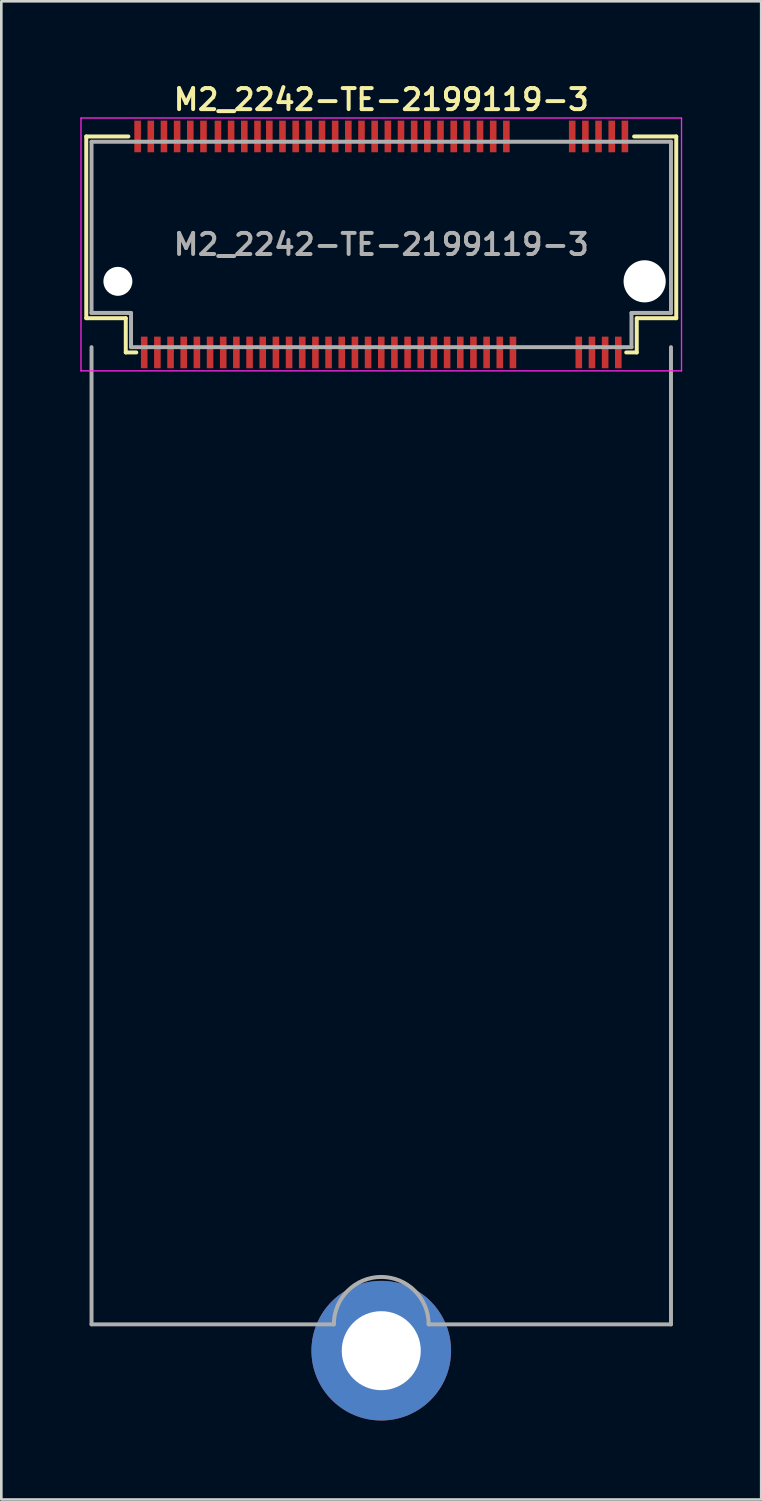
<source format=kicad_pcb>
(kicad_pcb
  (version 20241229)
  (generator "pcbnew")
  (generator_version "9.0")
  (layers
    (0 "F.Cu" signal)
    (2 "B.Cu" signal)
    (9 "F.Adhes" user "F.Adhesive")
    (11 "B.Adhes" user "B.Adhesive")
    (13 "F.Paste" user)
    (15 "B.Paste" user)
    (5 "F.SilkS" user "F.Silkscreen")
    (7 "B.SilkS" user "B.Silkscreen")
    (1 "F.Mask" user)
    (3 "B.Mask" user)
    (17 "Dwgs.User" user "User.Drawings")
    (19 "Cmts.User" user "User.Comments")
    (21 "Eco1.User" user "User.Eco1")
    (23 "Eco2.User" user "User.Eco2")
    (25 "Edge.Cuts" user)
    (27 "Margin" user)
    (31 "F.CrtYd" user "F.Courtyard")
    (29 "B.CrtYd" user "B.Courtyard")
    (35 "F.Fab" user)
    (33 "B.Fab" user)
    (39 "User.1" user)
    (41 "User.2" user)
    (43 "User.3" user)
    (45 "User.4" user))
  (footprint "M2_2242-TE-2199119-3"
    (layer "F.Cu")
    (at 11.425 6.231)
    (property "Reference" "M2_2242-TE-2199119-3" (at 0 -5.5 0) (layer "F.SilkS") (effects (font (size 0.8 0.8) (thickness 0.15))))
    (attr through_hole)
    (fp_line (start -11.2 -4.1) (end -11.2 2.8) (stroke (width 0.15) (type solid)) (layer "F.SilkS"))
    (fp_line (start -11.2 -4.1) (end -9.6 -4.1) (stroke (width 0.15) (type solid)) (layer "F.SilkS"))
    (fp_line (start -11.2 2.8) (end -9.7 2.8) (stroke (width 0.15) (type solid)) (layer "F.SilkS"))
    (fp_line (start -9.7 2.8) (end -9.7 4.1) (stroke (width 0.15) (type solid)) (layer "F.SilkS"))
    (fp_line (start -9.7 4.1) (end -9.3 4.1) (stroke (width 0.15) (type solid)) (layer "F.SilkS"))
    (fp_line (start 9.3 4.1) (end 9.7 4.1) (stroke (width 0.15) (type solid)) (layer "F.SilkS"))
    (fp_line (start 9.7 2.8) (end 9.7 4.1) (stroke (width 0.15) (type solid)) (layer "F.SilkS"))
    (fp_line (start 9.7 2.8) (end 11.2 2.8) (stroke (width 0.15) (type solid)) (layer "F.SilkS"))
    (fp_line (start 11.2 -4.1) (end 9.6 -4.1) (stroke (width 0.15) (type solid)) (layer "F.SilkS"))
    (fp_line (start 11.2 2.8) (end 11.2 -4.1) (stroke (width 0.15) (type solid)) (layer "F.SilkS"))
    (fp_line (start -11.4 -4.8) (end -11.4 4.8) (stroke (width 0.05) (type solid)) (layer "F.CrtYd"))
    (fp_line (start -11.4 4.8) (end 11.4 4.8) (stroke (width 0.05) (type solid)) (layer "F.CrtYd"))
    (fp_line (start 11.4 -4.8) (end -11.4 -4.8) (stroke (width 0.05) (type solid)) (layer "F.CrtYd"))
    (fp_line (start 11.4 4.8) (end 11.4 -4.8) (stroke (width 0.05) (type solid)) (layer "F.CrtYd"))
    (fp_line (start -11 -3.9) (end 11 -3.9) (stroke (width 0.15) (type solid)) (layer "F.Fab"))
    (fp_line (start -11 2.6) (end -11 -3.9) (stroke (width 0.15) (type solid)) (layer "F.Fab"))
    (fp_line (start -11 2.6) (end -9.6 2.6) (stroke (width 0.15) (type solid)) (layer "F.Fab"))
    (fp_line (start -11 3.9) (end -11 41) (stroke (width 0.15) (type solid)) (layer "F.Fab"))
    (fp_line (start -9.6 2.6) (end -9.5 2.6) (stroke (width 0.15) (type solid)) (layer "F.Fab"))
    (fp_line (start -9.5 2.6) (end -9.5 3.8) (stroke (width 0.15) (type solid)) (layer "F.Fab"))
    (fp_line (start -9.5 3.8) (end -9.5 3.9) (stroke (width 0.15) (type solid)) (layer "F.Fab"))
    (fp_line (start -1.8 41) (end -11 41) (stroke (width 0.15) (type solid)) (layer "F.Fab"))
    (fp_line (start 1.8 41) (end 11 41) (stroke (width 0.15) (type solid)) (layer "F.Fab"))
    (fp_line (start 9.5 2.6) (end 9.5 3.9) (stroke (width 0.15) (type solid)) (layer "F.Fab"))
    (fp_line (start 9.5 3.9) (end -9.5 3.9) (stroke (width 0.15) (type solid)) (layer "F.Fab"))
    (fp_line (start 11 -3.9) (end 11 2.6) (stroke (width 0.15) (type solid)) (layer "F.Fab"))
    (fp_line (start 11 2.6) (end 9.5 2.6) (stroke (width 0.15) (type solid)) (layer "F.Fab"))
    (fp_line (start 11 41) (end 11 3.9) (stroke (width 0.15) (type solid)) (layer "F.Fab"))
    (fp_arc (start -1.8 41) (mid 0 39.2) (end 1.8 41) (stroke (width 0.15) (type solid)) (layer "F.Fab"))
    (fp_text user "${REFERENCE}" (at 0 0 0) (layer "F.Fab") (effects (font (size 0.8 0.8) (thickness 0.15))))
    (pad "" np_thru_hole circle (at -10 1.4) (size 1.1 1.1) (drill 1.1) (layers "*.Cu" "*.Mask"))
    (pad "" thru_hole circle (at 0 42) (size 5.3 5.3) (drill 3) (layers "*.Cu" "*.Mask"))
    (pad "" np_thru_hole circle (at 10 1.4) (size 1.6 1.6) (drill 1.6) (layers "*.Cu" "*.Mask"))
    (pad "1" smd rect (at -9.25 -4.1) (size 0.25 1.2) (layers "F.Cu" "F.Mask" "F.Paste"))
    (pad "2" smd rect (at -9 4.1) (size 0.25 1.2) (layers "F.Cu" "F.Mask" "F.Paste"))
    (pad "3" smd rect (at -8.75 -4.1) (size 0.25 1.2) (layers "F.Cu" "F.Mask" "F.Paste"))
    (pad "4" smd rect (at -8.5 4.1) (size 0.25 1.2) (layers "F.Cu" "F.Mask" "F.Paste"))
    (pad "5" smd rect (at -8.25 -4.1) (size 0.25 1.2) (layers "F.Cu" "F.Mask" "F.Paste"))
    (pad "6" smd rect (at -8 4.1) (size 0.25 1.2) (layers "F.Cu" "F.Mask" "F.Paste"))
    (pad "7" smd rect (at -7.75 -4.1) (size 0.25 1.2) (layers "F.Cu" "F.Mask" "F.Paste"))
    (pad "8" smd rect (at -7.5 4.1) (size 0.25 1.2) (layers "F.Cu" "F.Mask" "F.Paste"))
    (pad "9" smd rect (at -7.25 -4.1) (size 0.25 1.2) (layers "F.Cu" "F.Mask" "F.Paste"))
    (pad "10" smd rect (at -7 4.1) (size 0.25 1.2) (layers "F.Cu" "F.Mask" "F.Paste"))
    (pad "11" smd rect (at -6.75 -4.1) (size 0.25 1.2) (layers "F.Cu" "F.Mask" "F.Paste"))
    (pad "12" smd rect (at -6.5 4.1) (size 0.25 1.2) (layers "F.Cu" "F.Mask" "F.Paste"))
    (pad "13" smd rect (at -6.2 -4.1) (size 0.25 1.2) (layers "F.Cu" "F.Mask" "F.Paste"))
    (pad "14" smd rect (at -6 4.1) (size 0.25 1.2) (layers "F.Cu" "F.Mask" "F.Paste"))
    (pad "15" smd rect (at -5.7 -4.1) (size 0.25 1.2) (layers "F.Cu" "F.Mask" "F.Paste"))
    (pad "16" smd rect (at -5.5 4.1) (size 0.25 1.2) (layers "F.Cu" "F.Mask" "F.Paste"))
    (pad "17" smd rect (at -5.2 -4.1) (size 0.25 1.2) (layers "F.Cu" "F.Mask" "F.Paste"))
    (pad "18" smd rect (at -5 4.1) (size 0.25 1.2) (layers "F.Cu" "F.Mask" "F.Paste"))
    (pad "19" smd rect (at -4.7 -4.1) (size 0.25 1.2) (layers "F.Cu" "F.Mask" "F.Paste"))
    (pad "20" smd rect (at -4.5 4.1) (size 0.25 1.2) (layers "F.Cu" "F.Mask" "F.Paste"))
    (pad "21" smd rect (at -4.25 -4.1) (size 0.25 1.2) (layers "F.Cu" "F.Mask" "F.Paste"))
    (pad "22" smd rect (at -4 4.1) (size 0.25 1.2) (layers "F.Cu" "F.Mask" "F.Paste"))
    (pad "23" smd rect (at -3.75 -4.1) (size 0.25 1.2) (layers "F.Cu" "F.Mask" "F.Paste"))
    (pad "24" smd rect (at -3.5 4.1) (size 0.25 1.2) (layers "F.Cu" "F.Mask" "F.Paste"))
    (pad "25" smd rect (at -3.25 -4.1) (size 0.25 1.2) (layers "F.Cu" "F.Mask" "F.Paste"))
    (pad "26" smd rect (at -3 4.1) (size 0.25 1.2) (layers "F.Cu" "F.Mask" "F.Paste"))
    (pad "27" smd rect (at -2.75 -4.1) (size 0.25 1.2) (layers "F.Cu" "F.Mask" "F.Paste"))
    (pad "28" smd rect (at -2.5 4.1) (size 0.25 1.2) (layers "F.Cu" "F.Mask" "F.Paste"))
    (pad "29" smd rect (at -2.25 -4.1) (size 0.25 1.2) (layers "F.Cu" "F.Mask" "F.Paste"))
    (pad "30" smd rect (at -2 4.1) (size 0.25 1.2) (layers "F.Cu" "F.Mask" "F.Paste"))
    (pad "31" smd rect (at -1.75 -4.1) (size 0.25 1.2) (layers "F.Cu" "F.Mask" "F.Paste"))
    (pad "32" smd rect (at -1.5 4.1) (size 0.25 1.2) (layers "F.Cu" "F.Mask" "F.Paste"))
    (pad "33" smd rect (at -1.25 -4.1) (size 0.25 1.2) (layers "F.Cu" "F.Mask" "F.Paste"))
    (pad "34" smd rect (at -1 4.1) (size 0.25 1.2) (layers "F.Cu" "F.Mask" "F.Paste"))
    (pad "35" smd rect (at -0.75 -4.1) (size 0.25 1.2) (layers "F.Cu" "F.Mask" "F.Paste"))
    (pad "36" smd rect (at -0.5 4.1) (size 0.25 1.2) (layers "F.Cu" "F.Mask" "F.Paste"))
    (pad "37" smd rect (at -0.25 -4.1) (size 0.25 1.2) (layers "F.Cu" "F.Mask" "F.Paste"))
    (pad "38" smd rect (at 0 4.1) (size 0.25 1.2) (layers "F.Cu" "F.Mask" "F.Paste"))
    (pad "39" smd rect (at 0.25 -4.1) (size 0.25 1.2) (layers "F.Cu" "F.Mask" "F.Paste"))
    (pad "40" smd rect (at 0.5 4.1) (size 0.25 1.2) (layers "F.Cu" "F.Mask" "F.Paste"))
    (pad "41" smd rect (at 0.75 -4.1) (size 0.25 1.2) (layers "F.Cu" "F.Mask" "F.Paste"))
    (pad "42" smd rect (at 1 4.1) (size 0.25 1.2) (layers "F.Cu" "F.Mask" "F.Paste"))
    (pad "43" smd rect (at 1.25 -4.1) (size 0.25 1.2) (layers "F.Cu" "F.Mask" "F.Paste"))
    (pad "44" smd rect (at 1.5 4.1) (size 0.25 1.2) (layers "F.Cu" "F.Mask" "F.Paste"))
    (pad "45" smd rect (at 1.75 -4.1) (size 0.25 1.2) (layers "F.Cu" "F.Mask" "F.Paste"))
    (pad "46" smd rect (at 2 4.1) (size 0.25 1.2) (layers "F.Cu" "F.Mask" "F.Paste"))
    (pad "47" smd rect (at 2.25 -4.1) (size 0.25 1.2) (layers "F.Cu" "F.Mask" "F.Paste"))
    (pad "48" smd rect (at 2.5 4.1) (size 0.25 1.2) (layers "F.Cu" "F.Mask" "F.Paste"))
    (pad "49" smd rect (at 2.75 -4.1) (size 0.25 1.2) (layers "F.Cu" "F.Mask" "F.Paste"))
    (pad "50" smd rect (at 3 4.1) (size 0.25 1.2) (layers "F.Cu" "F.Mask" "F.Paste"))
    (pad "51" smd rect (at 3.25 -4.1) (size 0.25 1.2) (layers "F.Cu" "F.Mask" "F.Paste"))
    (pad "52" smd rect (at 3.5 4.1) (size 0.25 1.2) (layers "F.Cu" "F.Mask" "F.Paste"))
    (pad "53" smd rect (at 3.75 -4.1) (size 0.25 1.2) (layers "F.Cu" "F.Mask" "F.Paste"))
    (pad "54" smd rect (at 4 4.1) (size 0.25 1.2) (layers "F.Cu" "F.Mask" "F.Paste"))
    (pad "55" smd rect (at 4.25 -4.1) (size 0.25 1.2) (layers "F.Cu" "F.Mask" "F.Paste"))
    (pad "56" smd rect (at 4.5 4.1) (size 0.25 1.2) (layers "F.Cu" "F.Mask" "F.Paste"))
    (pad "57" smd rect (at 4.75 -4.1) (size 0.25 1.2) (layers "F.Cu" "F.Mask" "F.Paste"))
    (pad "58" smd rect (at 5 4.1) (size 0.25 1.2) (layers "F.Cu" "F.Mask" "F.Paste"))
    (pad "67" smd rect (at 7.25 -4.1) (size 0.25 1.2) (layers "F.Cu" "F.Mask" "F.Paste"))
    (pad "68" smd rect (at 7.5 4.1) (size 0.25 1.2) (layers "F.Cu" "F.Mask" "F.Paste"))
    (pad "69" smd rect (at 7.75 -4.1) (size 0.25 1.2) (layers "F.Cu" "F.Mask" "F.Paste"))
    (pad "70" smd rect (at 8 4.1) (size 0.25 1.2) (layers "F.Cu" "F.Mask" "F.Paste"))
    (pad "71" smd rect (at 8.25 -4.1) (size 0.25 1.2) (layers "F.Cu" "F.Mask" "F.Paste"))
    (pad "72" smd rect (at 8.5 4.1) (size 0.25 1.2) (layers "F.Cu" "F.Mask" "F.Paste"))
    (pad "73" smd rect (at 8.75 -4.1) (size 0.25 1.2) (layers "F.Cu" "F.Mask" "F.Paste"))
    (pad "74" smd rect (at 9 4.1) (size 0.25 1.2) (layers "F.Cu" "F.Mask" "F.Paste"))
    (pad "75" smd rect (at 9.25 -4.1) (size 0.25 1.2) (layers "F.Cu" "F.Mask" "F.Paste")))
  (gr_rect
    (start -3 -3)
    (end 25.85 53.881)
    (stroke (width 0.1) (type default))
    (fill no)
    (layer "Edge.Cuts")))
</source>
